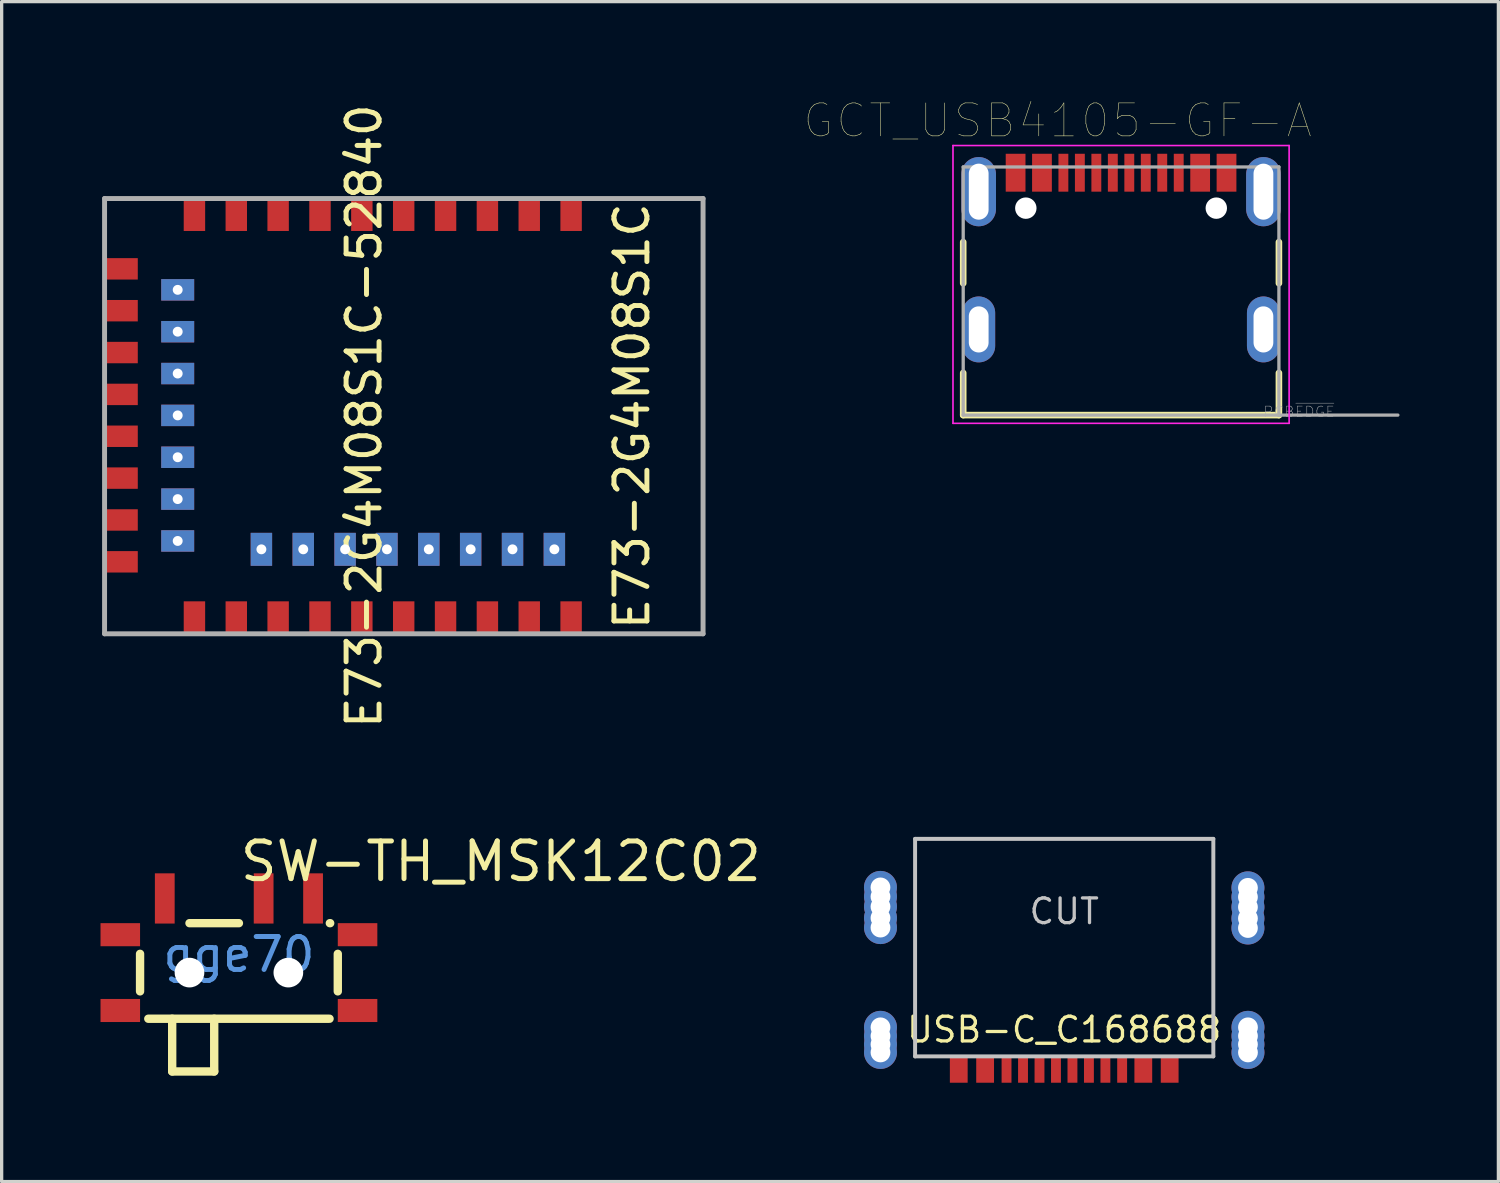
<source format=kicad_pcb>
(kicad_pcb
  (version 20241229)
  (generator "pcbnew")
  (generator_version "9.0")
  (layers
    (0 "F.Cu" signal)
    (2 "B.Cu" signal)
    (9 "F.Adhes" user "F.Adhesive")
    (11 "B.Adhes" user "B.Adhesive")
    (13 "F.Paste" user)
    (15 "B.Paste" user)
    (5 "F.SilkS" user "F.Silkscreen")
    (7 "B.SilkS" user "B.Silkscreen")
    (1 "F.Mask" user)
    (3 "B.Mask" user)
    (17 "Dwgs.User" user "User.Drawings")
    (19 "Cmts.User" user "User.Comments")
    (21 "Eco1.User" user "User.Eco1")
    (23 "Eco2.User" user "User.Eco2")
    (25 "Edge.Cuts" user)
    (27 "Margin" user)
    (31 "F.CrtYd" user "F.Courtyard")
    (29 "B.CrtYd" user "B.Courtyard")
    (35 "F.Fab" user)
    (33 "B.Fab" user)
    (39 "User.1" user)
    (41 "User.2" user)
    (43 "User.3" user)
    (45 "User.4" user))
  (footprint "USB-C_C168688"
    (layer "F.Cu")
    (at 29.243 22.405)
    (property "Reference" "USB-C_C168688" (at 0 5.789 0) (layer "F.SilkS") (effects (font (size 0.75 0.75) (thickness 0.1))))
    (attr smd)
    (fp_line (start -4.525 0) (end -4.525 6.6) (stroke (width 0.12) (type solid)) (layer "Dwgs.User"))
    (fp_line (start -4.525 0) (end 4.525 0) (stroke (width 0.12) (type solid)) (layer "Dwgs.User"))
    (fp_line (start -4.525 6.6) (end 4.525 6.6) (stroke (width 0.12) (type solid)) (layer "Dwgs.User"))
    (fp_line (start 4.525 0) (end 4.525 6.6) (stroke (width 0.12) (type solid)) (layer "Dwgs.User"))
    (fp_text user "CUT" (at 0 2.2 0) (layer "Dwgs.User") (effects (font (size 0.75 0.75) (thickness 0.1))))
    (pad "A1" smd rect (at -3.2 7) (size 0.54 0.8) (layers "F.Cu" "F.Mask" "F.Paste"))
    (pad "A1" smd rect (at 3.2 7) (size 0.54 0.8) (layers "F.Cu" "F.Mask" "F.Paste"))
    (pad "A4" smd rect (at -2.4 7) (size 0.54 0.8) (layers "F.Cu" "F.Mask" "F.Paste"))
    (pad "A4" smd rect (at 2.4 7) (size 0.54 0.8) (layers "F.Cu" "F.Mask" "F.Paste"))
    (pad "A5" smd rect (at 1.25 7) (size 0.3 0.8) (layers "F.Cu" "F.Mask" "F.Paste"))
    (pad "A6" smd rect (at 0.25 7) (size 0.3 0.8) (layers "F.Cu" "F.Mask" "F.Paste"))
    (pad "A7" smd rect (at -0.25 7) (size 0.3 0.8) (layers "F.Cu" "F.Mask" "F.Paste"))
    (pad "A8" smd rect (at -1.25 7) (size 0.3 0.8) (layers "F.Cu" "F.Mask" "F.Paste"))
    (pad "B5" smd rect (at -1.75 7) (size 0.3 0.8) (layers "F.Cu" "F.Mask" "F.Paste"))
    (pad "B6" smd rect (at -0.75 7) (size 0.3 0.8) (layers "F.Cu" "F.Mask" "F.Paste"))
    (pad "B7" smd rect (at 0.75 7) (size 0.3 0.8) (layers "F.Cu" "F.Mask" "F.Paste"))
    (pad "B8" smd rect (at 1.758 7) (size 0.3 0.8) (layers "F.Cu" "F.Mask" "F.Paste"))
    (pad "S1" thru_hole circle (at -5.576 1.473) (size 1 1) (drill 0.6) (layers "*.Cu" "*.Mask"))
    (pad "S1" thru_hole circle (at -5.575 1.753) (size 1 1) (drill 0.6) (layers "*.Cu" "*.Mask"))
    (pad "S1" thru_hole circle (at -5.575 2.057) (size 1 1) (drill 0.6) (layers "*.Cu" "*.Mask"))
    (pad "S1" thru_hole circle (at -5.575 2.4) (size 1 1) (drill 0.6) (layers "*.Cu" "*.Mask"))
    (pad "S1" thru_hole circle (at -5.575 2.692) (size 1 1) (drill 0.6) (layers "*.Cu" "*.Mask"))
    (pad "S1" thru_hole circle (at -5.575 6.236) (size 1 1) (drill 0.6) (layers "*.Cu" "*.Mask"))
    (pad "S1" thru_hole circle (at -5.575 5.719) (size 1 1) (drill 0.6) (layers "*.Cu" "*.Mask"))
    (pad "S1" thru_hole circle (at -5.575 5.982) (size 1 1) (drill 0.6) (layers "*.Cu" "*.Mask"))
    (pad "S1" thru_hole circle (at -5.575 6.481) (size 1 1) (drill 0.6) (layers "*.Cu" "*.Mask"))
    (pad "S1" thru_hole circle (at 5.575 1.486) (size 1 1) (drill 0.6) (layers "*.Cu" "*.Mask"))
    (pad "S1" thru_hole circle (at 5.575 1.765) (size 1 1) (drill 0.6) (layers "*.Cu" "*.Mask"))
    (pad "S1" thru_hole circle (at 5.575 2.07) (size 1 1) (drill 0.6) (layers "*.Cu" "*.Mask"))
    (pad "S1" thru_hole circle (at 5.575 2.413) (size 1 1) (drill 0.6) (layers "*.Cu" "*.Mask"))
    (pad "S1" thru_hole circle (at 5.575 2.705) (size 1 1) (drill 0.6) (layers "*.Cu" "*.Mask"))
    (pad "S1" thru_hole circle (at 5.575 6.236) (size 1 1) (drill 0.6) (layers "*.Cu" "*.Mask"))
    (pad "S1" thru_hole circle (at 5.576 5.719) (size 1 1) (drill 0.6) (layers "*.Cu" "*.Mask"))
    (pad "S1" thru_hole circle (at 5.576 5.982) (size 1 1) (drill 0.6) (layers "*.Cu" "*.Mask"))
    (pad "S1" thru_hole circle (at 5.576 6.481) (size 1 1) (drill 0.6) (layers "*.Cu" "*.Mask")))
  (footprint "SW-TH_MSK12C02"
    (layer "F.Cu")
    (at 4.2 25.913)
    (property "Reference" "SW-TH_MSK12C02" (at -0.044 -2.823 0) (layer "F.SilkS") (effects (font (size 1.143 1.143) (thickness 0.152)) (justify left)))
    (attr smd)
    (fp_line (start -3 1.119) (end -3 -0.019) (stroke (width 0.254) (type solid)) (layer "F.SilkS"))
    (fp_line (start -2.75 1.95) (end 2.75 1.95) (stroke (width 0.254) (type solid)) (layer "F.SilkS"))
    (fp_line (start -2.025 1.95) (end -2.025 3.55) (stroke (width 0.254) (type solid)) (layer "F.SilkS"))
    (fp_line (start -2.025 3.55) (end -0.75 3.55) (stroke (width 0.254) (type solid)) (layer "F.SilkS"))
    (fp_line (start -1.5 -0.95) (end 0 -0.95) (stroke (width 0.254) (type solid)) (layer "F.SilkS"))
    (fp_line (start -0.75 3.55) (end -0.75 1.95) (stroke (width 0.254) (type solid)) (layer "F.SilkS"))
    (fp_line (start 2.769 -0.95) (end 2.759 -0.95) (stroke (width 0.254) (type solid)) (layer "F.SilkS"))
    (fp_line (start 3 -0.019) (end 3 1.119) (stroke (width 0.254) (type solid)) (layer "F.SilkS"))
    (fp_text user "gge70" (at 0 0 0) (layer "Cmts.User") (effects (font (size 1 1) (thickness 0.15))))
    (pad "" np_thru_hole circle (at -1.5 0.55) (size 0.9 0.9) (drill 0.9) (layers "*.Cu" "*.Mask"))
    (pad "" np_thru_hole circle (at 1.5 0.55) (size 0.9 0.9) (drill 0.9) (layers "*.Cu" "*.Mask"))
    (pad "1" smd rect (at -2.25 -1.7 90) (size 1.524 0.6) (layers "F.Cu" "F.Mask" "F.Paste"))
    (pad "2" smd rect (at 0.75 -1.7 90) (size 1.524 0.6) (layers "F.Cu" "F.Mask" "F.Paste"))
    (pad "3" smd rect (at 2.25 -1.7 90) (size 1.524 0.6) (layers "F.Cu" "F.Mask" "F.Paste"))
    (pad "4" smd rect (at -3.6 -0.6 180) (size 1.2 0.7) (layers "F.Cu" "F.Mask" "F.Paste"))
    (pad "4" smd rect (at -3.6 1.7 180) (size 1.2 0.7) (layers "F.Cu" "F.Mask" "F.Paste"))
    (pad "4" smd rect (at 3.6 -0.6 180) (size 1.2 0.7) (layers "F.Cu" "F.Mask" "F.Paste"))
    (pad "4" smd rect (at 3.6 1.7 180) (size 1.2 0.7) (layers "F.Cu" "F.Mask" "F.Paste")))
  (footprint "GCT_USB4105-GF-A"
    (layer "F.Cu")
    (at 30.968 6.946)
    (property "Reference" "GCT_USB4105-GF-A" (at -1.925 -6.335 0) (layer "F.SilkS") (effects (font (size 1 1) (thickness 0.015))))
    (attr through_hole)
    (fp_line (start -4.79 -2.65) (end -4.79 -1.4) (stroke (width 0.2) (type solid)) (layer "F.SilkS"))
    (fp_line (start -4.79 1.32) (end -4.79 2.6) (stroke (width 0.2) (type solid)) (layer "F.SilkS"))
    (fp_line (start -4.79 2.6) (end 4.79 2.6) (stroke (width 0.2) (type solid)) (layer "F.SilkS"))
    (fp_line (start 4.79 -2.65) (end 4.79 -1.4) (stroke (width 0.2) (type solid)) (layer "F.SilkS"))
    (fp_line (start 4.79 2.6) (end 4.79 1.32) (stroke (width 0.2) (type solid)) (layer "F.SilkS"))
    (fp_line (start -5.1 -5.58) (end -5.1 2.85) (stroke (width 0.05) (type solid)) (layer "F.CrtYd"))
    (fp_line (start -5.1 2.85) (end 5.1 2.85) (stroke (width 0.05) (type solid)) (layer "F.CrtYd"))
    (fp_line (start 5.1 -5.58) (end -5.1 -5.58) (stroke (width 0.05) (type solid)) (layer "F.CrtYd"))
    (fp_line (start 5.1 2.85) (end 5.1 -5.58) (stroke (width 0.05) (type solid)) (layer "F.CrtYd"))
    (fp_line (start -4.79 -4.93) (end 4.79 -4.93) (stroke (width 0.1) (type solid)) (layer "F.Fab"))
    (fp_line (start -4.79 2.6) (end -4.79 -4.93) (stroke (width 0.1) (type solid)) (layer "F.Fab"))
    (fp_line (start 4.79 -4.93) (end 4.79 2.6) (stroke (width 0.1) (type solid)) (layer "F.Fab"))
    (fp_line (start 4.79 2.6) (end -4.79 2.6) (stroke (width 0.1) (type solid)) (layer "F.Fab"))
    (fp_line (start 4.8 2.6) (end 8.4 2.6) (stroke (width 0.1) (type solid)) (layer "F.Fab"))
    (fp_text user "PCB~{EDGE}" (at 5.4 2.5 0) (layer "F.Fab") (effects (font (size 0.32 0.32) (thickness 0.015))))
    (pad "" np_thru_hole circle (at -2.89 -3.68) (size 0.65 0.65) (drill 0.65) (layers "*.Cu" "*.Mask"))
    (pad "" np_thru_hole circle (at 2.89 -3.68) (size 0.65 0.65) (drill 0.65) (layers "*.Cu" "*.Mask"))
    (pad "A1/B12" smd rect (at -3.2 -4.755) (size 0.6 1.15) (layers "F.Cu" "F.Mask" "F.Paste"))
    (pad "A4/B9" smd rect (at -2.4 -4.755) (size 0.6 1.15) (layers "F.Cu" "F.Mask" "F.Paste"))
    (pad "A5" smd rect (at -1.25 -4.755) (size 0.3 1.15) (layers "F.Cu" "F.Mask" "F.Paste"))
    (pad "A6" smd rect (at -0.25 -4.755) (size 0.3 1.15) (layers "F.Cu" "F.Mask" "F.Paste"))
    (pad "A7" smd rect (at 0.25 -4.755) (size 0.3 1.15) (layers "F.Cu" "F.Mask" "F.Paste"))
    (pad "A8" smd rect (at 1.25 -4.755) (size 0.3 1.15) (layers "F.Cu" "F.Mask" "F.Paste"))
    (pad "B1/A12" smd rect (at 3.2 -4.755) (size 0.6 1.15) (layers "F.Cu" "F.Mask" "F.Paste"))
    (pad "B4/A9" smd rect (at 2.4 -4.755) (size 0.6 1.15) (layers "F.Cu" "F.Mask" "F.Paste"))
    (pad "B5" smd rect (at 1.75 -4.755) (size 0.3 1.15) (layers "F.Cu" "F.Mask" "F.Paste"))
    (pad "B6" smd rect (at 0.75 -4.755) (size 0.3 1.15) (layers "F.Cu" "F.Mask" "F.Paste"))
    (pad "B7" smd rect (at -0.75 -4.755) (size 0.3 1.15) (layers "F.Cu" "F.Mask" "F.Paste"))
    (pad "B8" smd rect (at -1.75 -4.755) (size 0.3 1.15) (layers "F.Cu" "F.Mask" "F.Paste"))
    (pad "G1" thru_hole oval (at -4.32 0) (size 1 2) (drill oval 0.6 1.4) (layers "*.Cu" "*.Mask"))
    (pad "G2" thru_hole oval (at 4.32 0) (size 1 2) (drill oval 0.6 1.4) (layers "*.Cu" "*.Mask"))
    (pad "G3" thru_hole oval (at -4.32 -4.18) (size 1.05 2.1) (drill oval 0.6 1.7) (layers "*.Cu" "*.Mask"))
    (pad "G4" thru_hole oval (at 4.32 -4.18) (size 1.05 2.1) (drill oval 0.6 1.7) (layers "*.Cu" "*.Mask")))
  (footprint "E73-2G4M08S1C-52840"
    (layer "F.Cu")
    (at 0.25 9.578)
    (property "Reference" "E73-2G4M08S1C-52840" (at 7.747 -0.000467 270) (layer "F.SilkS") (effects (font (size 1 1) (thickness 0.15))))
    (fp_line (start -0.127 -6.604) (end -0.127 6.604) (stroke (width 0.15) (type solid)) (layer "F.Fab"))
    (fp_line (start -0.127 6.604) (end 18.034 6.604) (stroke (width 0.15) (type solid)) (layer "F.Fab"))
    (fp_line (start 18.034 -6.604) (end -0.127 -6.604) (stroke (width 0.15) (type solid)) (layer "F.Fab"))
    (fp_line (start 18.034 6.604) (end 18.034 -6.604) (stroke (width 0.15) (type solid)) (layer "F.Fab"))
    (fp_text user "E73-2G4M08S1C" (at 15.875 0 90) (layer "F.SilkS") (effects (font (size 1 1) (thickness 0.15))))
    (pad "1" smd rect (at 14.03 -6.119) (size 0.65 1) (layers "F.Cu" "F.Mask" "F.Paste"))
    (pad "2" smd rect (at 12.76 -6.119) (size 0.65 1) (layers "F.Cu" "F.Mask" "F.Paste"))
    (pad "3" smd rect (at 11.49 -6.119) (size 0.65 1) (layers "F.Cu" "F.Mask" "F.Paste"))
    (pad "4" smd rect (at 10.22 -6.119) (size 0.65 1) (layers "F.Cu" "F.Mask" "F.Paste"))
    (pad "5" smd rect (at 8.95 -6.119) (size 0.65 1) (layers "F.Cu" "F.Mask" "F.Paste"))
    (pad "6" smd rect (at 7.68 -6.119) (size 0.65 1) (layers "F.Cu" "F.Mask" "F.Paste"))
    (pad "7" smd rect (at 6.41 -6.119) (size 0.65 1) (layers "F.Cu" "F.Mask" "F.Paste"))
    (pad "8" smd rect (at 5.14 -6.119) (size 0.65 1) (layers "F.Cu" "F.Mask" "F.Paste"))
    (pad "9" smd rect (at 3.87 -6.119) (size 0.65 1) (layers "F.Cu" "F.Mask" "F.Paste"))
    (pad "10" smd rect (at 2.6 -6.119) (size 0.65 1) (layers "F.Cu" "F.Mask" "F.Paste"))
    (pad "11" smd rect (at 0.381 -4.47 90) (size 0.65 1) (layers "F.Cu" "F.Mask" "F.Paste"))
    (pad "12" thru_hole rect (at 2.092 -3.833 90) (size 0.65 1) (drill 0.3) (layers "*.Cu" "*.Mask"))
    (pad "13" smd rect (at 0.381 -3.2 90) (size 0.65 1) (layers "F.Cu" "F.Mask" "F.Paste"))
    (pad "14" thru_hole rect (at 2.092 -2.563 90) (size 0.65 1) (drill 0.3) (layers "*.Cu" "*.Mask"))
    (pad "15" smd rect (at 0.381 -1.93 90) (size 0.65 1) (layers "F.Cu" "F.Mask" "F.Paste"))
    (pad "16" thru_hole rect (at 2.092 -1.293 90) (size 0.65 1) (drill 0.3) (layers "*.Cu" "*.Mask"))
    (pad "17" smd rect (at 0.381 -0.66 90) (size 0.65 1) (layers "F.Cu" "F.Mask" "F.Paste"))
    (pad "18" thru_hole rect (at 2.092 -0.023 90) (size 0.65 1) (drill 0.3) (layers "*.Cu" "*.Mask"))
    (pad "19" smd rect (at 0.381 0.61 90) (size 0.65 1) (layers "F.Cu" "F.Mask" "F.Paste"))
    (pad "20" thru_hole rect (at 2.092 1.247 90) (size 0.65 1) (drill 0.3) (layers "*.Cu" "*.Mask"))
    (pad "21" smd rect (at 0.381 1.88 90) (size 0.65 1) (layers "F.Cu" "F.Mask" "F.Paste"))
    (pad "22" thru_hole rect (at 2.092 2.517 90) (size 0.65 1) (drill 0.3) (layers "*.Cu" "*.Mask"))
    (pad "23" smd rect (at 0.381 3.15 90) (size 0.65 1) (layers "F.Cu" "F.Mask" "F.Paste"))
    (pad "24" thru_hole rect (at 2.092 3.787 90) (size 0.65 1) (drill 0.3) (layers "*.Cu" "*.Mask"))
    (pad "25" smd rect (at 0.381 4.42 90) (size 0.65 1) (layers "F.Cu" "F.Mask" "F.Paste"))
    (pad "26" smd rect (at 2.6 6.119) (size 0.65 1) (layers "F.Cu" "F.Mask" "F.Paste"))
    (pad "27" smd rect (at 3.87 6.119) (size 0.65 1) (layers "F.Cu" "F.Mask" "F.Paste"))
    (pad "28" thru_hole rect (at 4.632 4.041) (size 0.65 1) (drill 0.3) (layers "*.Cu" "*.Mask"))
    (pad "29" smd rect (at 5.14 6.119) (size 0.65 1) (layers "F.Cu" "F.Mask" "F.Paste"))
    (pad "30" thru_hole rect (at 5.902 4.041) (size 0.65 1) (drill 0.3) (layers "*.Cu" "*.Mask"))
    (pad "31" smd rect (at 6.41 6.119) (size 0.65 1) (layers "F.Cu" "F.Mask" "F.Paste"))
    (pad "32" thru_hole rect (at 7.172 4.041) (size 0.65 1) (drill 0.3) (layers "*.Cu" "*.Mask"))
    (pad "33" smd rect (at 7.68 6.119) (size 0.65 1) (layers "F.Cu" "F.Mask" "F.Paste"))
    (pad "34" thru_hole rect (at 8.442 4.041) (size 0.65 1) (drill 0.3) (layers "*.Cu" "*.Mask"))
    (pad "35" smd rect (at 8.95 6.119) (size 0.65 1) (layers "F.Cu" "F.Mask" "F.Paste"))
    (pad "36" thru_hole rect (at 9.712 4.041) (size 0.65 1) (drill 0.3) (layers "*.Cu" "*.Mask"))
    (pad "37" smd rect (at 10.22 6.119) (size 0.65 1) (layers "F.Cu" "F.Mask" "F.Paste"))
    (pad "38" thru_hole rect (at 10.982 4.041) (size 0.65 1) (drill 0.3) (layers "*.Cu" "*.Mask"))
    (pad "39" smd rect (at 11.49 6.119) (size 0.65 1) (layers "F.Cu" "F.Mask" "F.Paste"))
    (pad "40" thru_hole rect (at 12.252 4.041) (size 0.65 1) (drill 0.3) (layers "*.Cu" "*.Mask"))
    (pad "41" smd rect (at 12.76 6.119) (size 0.65 1) (layers "F.Cu" "F.Mask" "F.Paste"))
    (pad "42" thru_hole rect (at 13.522 4.041) (size 0.65 1) (drill 0.3) (layers "*.Cu" "*.Mask"))
    (pad "43" smd rect (at 14.03 6.119) (size 0.65 1) (layers "F.Cu" "F.Mask" "F.Paste")))
  (gr_rect
    (start -3 -3)
    (end 42.418 32.805)
    (stroke (width 0.1) (type default))
    (fill no)
    (layer "Edge.Cuts")))
</source>
